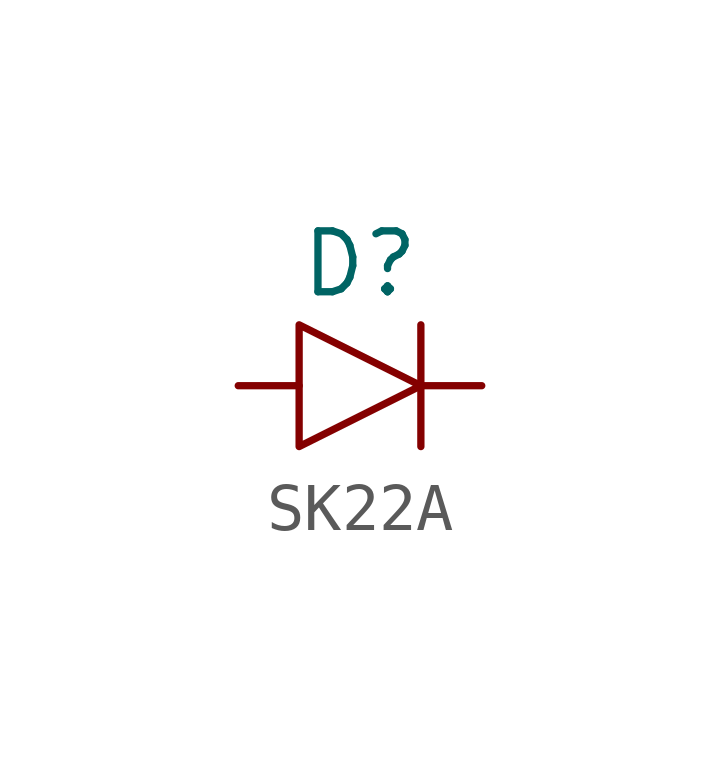
<source format=kicad_sym>
(kicad_symbol_lib
  (version 20220914)
  (generator kicad_symbol_editor)
  (symbol "SK22A"
    (pin_numbers hide)
    (pin_names
      (offset 0) hide)
    (property "Reference" "D"
      (at 0 2.54 0)
      (effects (font (size 1.27 1.27))))
    (symbol "SK22A_0_1"
      (polyline (pts (xy 1.27 1.27) (xy 1.27 -1.27)) (stroke (width 0) (type solid)) (fill (type none)))
      (polyline (pts (xy -1.27 1.27) (xy -1.27 -1.27) (xy 1.27 0) (xy -1.27 1.27)) (stroke (width 0) (type solid)) (fill (type none))))
    (symbol "SK22A_1_1"
      (pin input line (at -2.54 0 0) (length 1.27) (name "A" (effects (font (size 1.27 1.27)))) (number "1" (effects (font (size 1.27 1.27)))))
      (pin output line (at 2.54 0 180) (length 1.27) (name "K" (effects (font (size 1.27 1.27)))) (number "2" (effects (font (size 1.27 1.27))))))))
</source>
